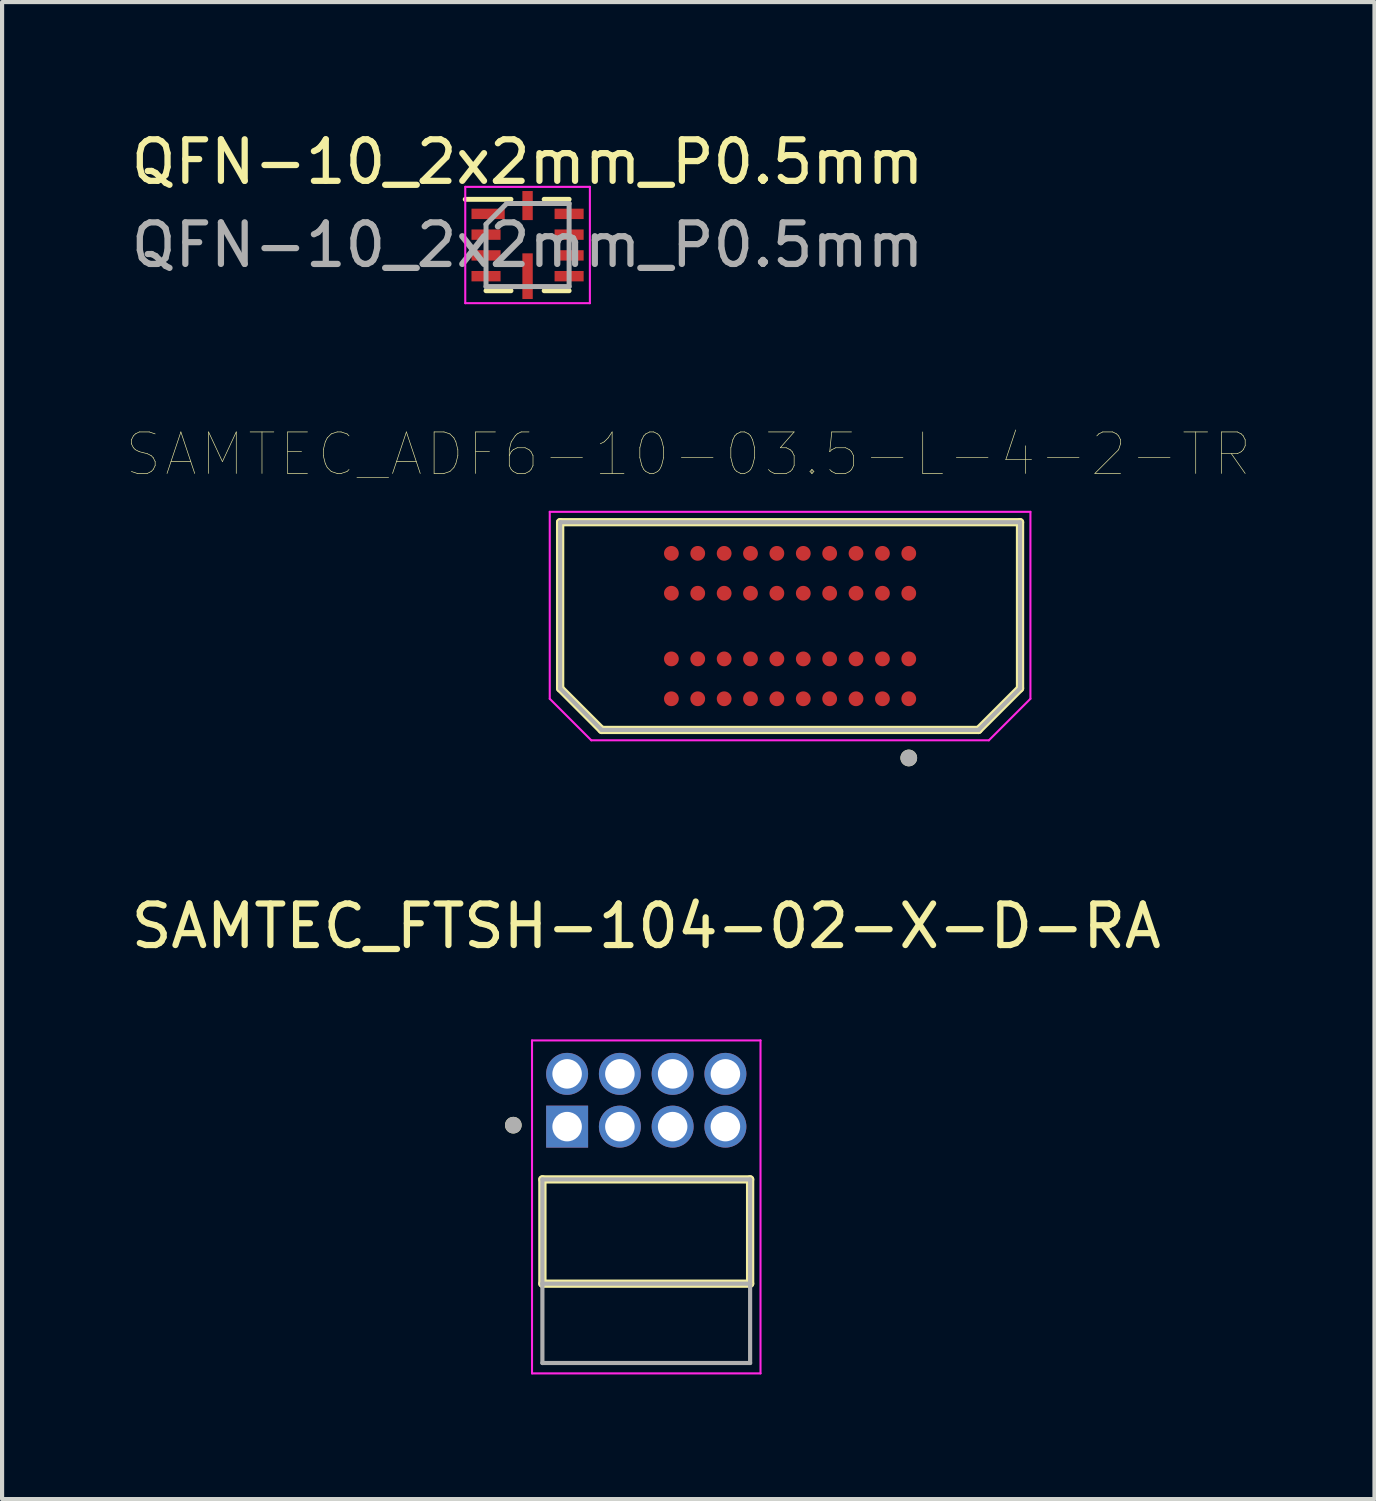
<source format=kicad_pcb>
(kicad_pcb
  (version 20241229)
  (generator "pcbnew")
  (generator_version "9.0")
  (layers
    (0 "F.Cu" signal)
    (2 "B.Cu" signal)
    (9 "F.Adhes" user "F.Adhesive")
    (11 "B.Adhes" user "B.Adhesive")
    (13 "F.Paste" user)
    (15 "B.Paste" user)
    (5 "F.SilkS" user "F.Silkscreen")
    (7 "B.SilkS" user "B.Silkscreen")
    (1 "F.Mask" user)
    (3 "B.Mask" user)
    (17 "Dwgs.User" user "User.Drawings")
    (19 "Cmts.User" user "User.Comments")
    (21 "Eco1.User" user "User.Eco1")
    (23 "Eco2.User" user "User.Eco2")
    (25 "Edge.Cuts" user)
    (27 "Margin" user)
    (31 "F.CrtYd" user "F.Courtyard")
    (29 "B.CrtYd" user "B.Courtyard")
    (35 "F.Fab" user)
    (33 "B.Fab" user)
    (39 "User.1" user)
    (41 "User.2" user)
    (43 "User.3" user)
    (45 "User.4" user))
  (footprint "SAMTEC_FTSH-104-02-X-D-RA"
    (layer "F.Cu")
    (at 12.506 23.434)
    (property "Reference" "SAMTEC_FTSH-104-02-X-D-RA" (at 0 -4.191 0) (layer "F.SilkS") (effects (font (size 1 1) (thickness 0.15))))
    (attr through_hole)
    (fp_line (start -2.5 1.905) (end 2.5 1.905) (stroke (width 0.2) (type solid)) (layer "F.SilkS"))
    (fp_line (start -2.5 4.415) (end -2.5 1.905) (stroke (width 0.2) (type solid)) (layer "F.SilkS"))
    (fp_line (start 2.5 1.905) (end 2.5 4.415) (stroke (width 0.2) (type solid)) (layer "F.SilkS"))
    (fp_line (start 2.5 4.415) (end -2.5 4.415) (stroke (width 0.2) (type solid)) (layer "F.SilkS"))
    (fp_circle (center -3.2 0.6) (end -3.1 0.6) (stroke (width 0.2) (type solid)) (fill no) (layer "F.SilkS"))
    (fp_line (start -2.75 -1.44) (end 2.75 -1.44) (stroke (width 0.05) (type solid)) (layer "F.CrtYd"))
    (fp_line (start -2.75 6.575) (end -2.75 -1.44) (stroke (width 0.05) (type solid)) (layer "F.CrtYd"))
    (fp_line (start 2.75 -1.44) (end 2.75 6.575) (stroke (width 0.05) (type solid)) (layer "F.CrtYd"))
    (fp_line (start 2.75 6.575) (end -2.75 6.575) (stroke (width 0.05) (type solid)) (layer "F.CrtYd"))
    (fp_line (start -2.5 1.905) (end 2.5 1.905) (stroke (width 0.1) (type solid)) (layer "F.Fab"))
    (fp_line (start -2.5 4.415) (end -2.5 1.905) (stroke (width 0.1) (type solid)) (layer "F.Fab"))
    (fp_line (start -2.5 6.325) (end -2.5 4.415) (stroke (width 0.1) (type solid)) (layer "F.Fab"))
    (fp_line (start 2.5 1.905) (end 2.5 4.415) (stroke (width 0.1) (type solid)) (layer "F.Fab"))
    (fp_line (start 2.5 4.415) (end -2.5 4.415) (stroke (width 0.1) (type solid)) (layer "F.Fab"))
    (fp_line (start 2.5 4.415) (end 2.5 6.325) (stroke (width 0.1) (type solid)) (layer "F.Fab"))
    (fp_line (start 2.5 6.325) (end -2.5 6.325) (stroke (width 0.1) (type solid)) (layer "F.Fab"))
    (fp_circle (center -3.2 0.6) (end -3.1 0.6) (stroke (width 0.2) (type solid)) (fill no) (layer "F.Fab"))
    (pad "1" thru_hole rect (at -1.905 0.635) (size 1.01 1.01) (drill 0.71) (layers "*.Cu" "*.Mask"))
    (pad "2" thru_hole circle (at -1.905 -0.635) (size 1.01 1.01) (drill 0.71) (layers "*.Cu" "*.Mask"))
    (pad "3" thru_hole circle (at -0.635 0.635) (size 1.01 1.01) (drill 0.71) (layers "*.Cu" "*.Mask"))
    (pad "4" thru_hole circle (at -0.635 -0.635) (size 1.01 1.01) (drill 0.71) (layers "*.Cu" "*.Mask"))
    (pad "5" thru_hole circle (at 0.635 0.635) (size 1.01 1.01) (drill 0.71) (layers "*.Cu" "*.Mask"))
    (pad "6" thru_hole circle (at 0.635 -0.635) (size 1.01 1.01) (drill 0.71) (layers "*.Cu" "*.Mask"))
    (pad "7" thru_hole circle (at 1.905 0.635) (size 1.01 1.01) (drill 0.71) (layers "*.Cu" "*.Mask"))
    (pad "8" thru_hole circle (at 1.905 -0.635) (size 1.01 1.01) (drill 0.71) (layers "*.Cu" "*.Mask")))
  (footprint "SAMTEC_ADF6-10-03.5-L-4-2-TR"
    (layer "F.Cu")
    (at 15.968 12.02)
    (property "Reference" "SAMTEC_ADF6-10-03.5-L-4-2-TR" (at -2.45 -4.135 0) (layer "F.SilkS") (effects (font (size 1 1) (thickness 0.015))))
    (attr through_hole)
    (fp_line (start -5.535 -2.5) (end 5.535 -2.5) (stroke (width 0.2) (type solid)) (layer "F.SilkS"))
    (fp_line (start -5.535 1.5) (end -5.535 -2.5) (stroke (width 0.2) (type solid)) (layer "F.SilkS"))
    (fp_line (start -4.535 2.5) (end -5.535 1.5) (stroke (width 0.2) (type solid)) (layer "F.SilkS"))
    (fp_line (start 4.535 2.5) (end -4.535 2.5) (stroke (width 0.2) (type solid)) (layer "F.SilkS"))
    (fp_line (start 5.535 -2.5) (end 5.535 1.5) (stroke (width 0.2) (type solid)) (layer "F.SilkS"))
    (fp_line (start 5.535 1.5) (end 4.535 2.5) (stroke (width 0.2) (type solid)) (layer "F.SilkS"))
    (fp_circle (center 2.857 3.175) (end 2.958 3.175) (stroke (width 0.2) (type solid)) (fill no) (layer "F.SilkS"))
    (fp_line (start -5.785 -2.75) (end 5.785 -2.75) (stroke (width 0.05) (type solid)) (layer "F.CrtYd"))
    (fp_line (start -5.785 1.75) (end -5.785 -2.75) (stroke (width 0.05) (type solid)) (layer "F.CrtYd"))
    (fp_line (start -4.785 2.75) (end -5.785 1.75) (stroke (width 0.05) (type solid)) (layer "F.CrtYd"))
    (fp_line (start 4.785 2.75) (end -4.785 2.75) (stroke (width 0.05) (type solid)) (layer "F.CrtYd"))
    (fp_line (start 5.785 -2.75) (end 5.785 1.75) (stroke (width 0.05) (type solid)) (layer "F.CrtYd"))
    (fp_line (start 5.785 1.75) (end 4.785 2.75) (stroke (width 0.05) (type solid)) (layer "F.CrtYd"))
    (fp_line (start -5.535 -2.5) (end 5.535 -2.5) (stroke (width 0.1) (type solid)) (layer "F.Fab"))
    (fp_line (start -5.535 1.5) (end -5.535 -2.5) (stroke (width 0.1) (type solid)) (layer "F.Fab"))
    (fp_line (start -4.535 2.5) (end -5.535 1.5) (stroke (width 0.1) (type solid)) (layer "F.Fab"))
    (fp_line (start 4.535 2.5) (end -4.535 2.5) (stroke (width 0.1) (type solid)) (layer "F.Fab"))
    (fp_line (start 5.535 -2.5) (end 5.535 1.5) (stroke (width 0.1) (type solid)) (layer "F.Fab"))
    (fp_line (start 5.535 1.5) (end 4.535 2.5) (stroke (width 0.1) (type solid)) (layer "F.Fab"))
    (fp_circle (center 2.857 3.175) (end 2.958 3.175) (stroke (width 0.2) (type solid)) (fill no) (layer "F.Fab"))
    (pad "A01" smd circle (at 2.857 1.75) (size 0.356 0.356) (layers "F.Cu" "F.Mask" "F.Paste"))
    (pad "A02" smd circle (at 2.223 1.75) (size 0.356 0.356) (layers "F.Cu" "F.Mask" "F.Paste"))
    (pad "A03" smd circle (at 1.587 1.75) (size 0.356 0.356) (layers "F.Cu" "F.Mask" "F.Paste"))
    (pad "A04" smd circle (at 0.953 1.75) (size 0.356 0.356) (layers "F.Cu" "F.Mask" "F.Paste"))
    (pad "A05" smd circle (at 0.318 1.75) (size 0.356 0.356) (layers "F.Cu" "F.Mask" "F.Paste"))
    (pad "A06" smd circle (at -0.318 1.75) (size 0.356 0.356) (layers "F.Cu" "F.Mask" "F.Paste"))
    (pad "A07" smd circle (at -0.953 1.75) (size 0.356 0.356) (layers "F.Cu" "F.Mask" "F.Paste"))
    (pad "A08" smd circle (at -1.587 1.75) (size 0.356 0.356) (layers "F.Cu" "F.Mask" "F.Paste"))
    (pad "A09" smd circle (at -2.223 1.75) (size 0.356 0.356) (layers "F.Cu" "F.Mask" "F.Paste"))
    (pad "A10" smd circle (at -2.857 1.75) (size 0.356 0.356) (layers "F.Cu" "F.Mask" "F.Paste"))
    (pad "B01" smd circle (at 2.857 0.79) (size 0.356 0.356) (layers "F.Cu" "F.Mask" "F.Paste"))
    (pad "B02" smd circle (at 2.223 0.79) (size 0.356 0.356) (layers "F.Cu" "F.Mask" "F.Paste"))
    (pad "B03" smd circle (at 1.587 0.79) (size 0.356 0.356) (layers "F.Cu" "F.Mask" "F.Paste"))
    (pad "B04" smd circle (at 0.953 0.79) (size 0.356 0.356) (layers "F.Cu" "F.Mask" "F.Paste"))
    (pad "B05" smd circle (at 0.318 0.79) (size 0.356 0.356) (layers "F.Cu" "F.Mask" "F.Paste"))
    (pad "B06" smd circle (at -0.318 0.79) (size 0.356 0.356) (layers "F.Cu" "F.Mask" "F.Paste"))
    (pad "B07" smd circle (at -0.953 0.79) (size 0.356 0.356) (layers "F.Cu" "F.Mask" "F.Paste"))
    (pad "B08" smd circle (at -1.587 0.79) (size 0.356 0.356) (layers "F.Cu" "F.Mask" "F.Paste"))
    (pad "B09" smd circle (at -2.223 0.79) (size 0.356 0.356) (layers "F.Cu" "F.Mask" "F.Paste"))
    (pad "B10" smd circle (at -2.857 0.79) (size 0.356 0.356) (layers "F.Cu" "F.Mask" "F.Paste"))
    (pad "C01" smd circle (at 2.857 -0.79) (size 0.356 0.356) (layers "F.Cu" "F.Mask" "F.Paste"))
    (pad "C02" smd circle (at 2.223 -0.79) (size 0.356 0.356) (layers "F.Cu" "F.Mask" "F.Paste"))
    (pad "C03" smd circle (at 1.587 -0.79) (size 0.356 0.356) (layers "F.Cu" "F.Mask" "F.Paste"))
    (pad "C04" smd circle (at 0.953 -0.79) (size 0.356 0.356) (layers "F.Cu" "F.Mask" "F.Paste"))
    (pad "C05" smd circle (at 0.318 -0.79) (size 0.356 0.356) (layers "F.Cu" "F.Mask" "F.Paste"))
    (pad "C06" smd circle (at -0.318 -0.79) (size 0.356 0.356) (layers "F.Cu" "F.Mask" "F.Paste"))
    (pad "C07" smd circle (at -0.953 -0.79) (size 0.356 0.356) (layers "F.Cu" "F.Mask" "F.Paste"))
    (pad "C08" smd circle (at -1.587 -0.79) (size 0.356 0.356) (layers "F.Cu" "F.Mask" "F.Paste"))
    (pad "C09" smd circle (at -2.223 -0.79) (size 0.356 0.356) (layers "F.Cu" "F.Mask" "F.Paste"))
    (pad "C10" smd circle (at -2.857 -0.79) (size 0.356 0.356) (layers "F.Cu" "F.Mask" "F.Paste"))
    (pad "D01" smd circle (at 2.857 -1.75) (size 0.356 0.356) (layers "F.Cu" "F.Mask" "F.Paste"))
    (pad "D02" smd circle (at 2.223 -1.75) (size 0.356 0.356) (layers "F.Cu" "F.Mask" "F.Paste"))
    (pad "D03" smd circle (at 1.587 -1.75) (size 0.356 0.356) (layers "F.Cu" "F.Mask" "F.Paste"))
    (pad "D04" smd circle (at 0.953 -1.75) (size 0.356 0.356) (layers "F.Cu" "F.Mask" "F.Paste"))
    (pad "D05" smd circle (at 0.318 -1.75) (size 0.356 0.356) (layers "F.Cu" "F.Mask" "F.Paste"))
    (pad "D06" smd circle (at -0.318 -1.75) (size 0.356 0.356) (layers "F.Cu" "F.Mask" "F.Paste"))
    (pad "D07" smd circle (at -0.953 -1.75) (size 0.356 0.356) (layers "F.Cu" "F.Mask" "F.Paste"))
    (pad "D08" smd circle (at -1.587 -1.75) (size 0.356 0.356) (layers "F.Cu" "F.Mask" "F.Paste"))
    (pad "D09" smd circle (at -2.223 -1.75) (size 0.356 0.356) (layers "F.Cu" "F.Mask" "F.Paste"))
    (pad "D10" smd circle (at -2.857 -1.75) (size 0.356 0.356) (layers "F.Cu" "F.Mask" "F.Paste")))
  (footprint "QFN-10_2x2mm_P0.5mm"
    (layer "F.Cu")
    (at 9.649 2.848)
    (property "Reference" "QFN-10_2x2mm_P0.5mm" (at 0 -2 0) (layer "F.SilkS") (effects (font (size 1 1) (thickness 0.15))))
    (attr smd)
    (fp_line (start -0.775 -0.25) (end -0.775 0.75) (stroke (width 0.35) (type solid)) (layer "F.Mask"))
    (fp_line (start 0.775 -0.25) (end 0.775 0.75) (stroke (width 0.35) (type solid)) (layer "F.Mask"))
    (fp_line (start -0.4 -1.1) (end -1.5 -1.1) (stroke (width 0.12) (type solid)) (layer "F.SilkS"))
    (fp_line (start -0.4 1.1) (end -1 1.1) (stroke (width 0.12) (type solid)) (layer "F.SilkS"))
    (fp_line (start 1 -1.1) (end 0.4 -1.1) (stroke (width 0.12) (type solid)) (layer "F.SilkS"))
    (fp_line (start 1 1.1) (end 0.4 1.1) (stroke (width 0.12) (type solid)) (layer "F.SilkS"))
    (fp_line (start -0.775 -0.25) (end -0.775 0.75) (stroke (width 0.25) (type solid)) (layer "F.Paste"))
    (fp_line (start 0.775 -0.25) (end 0.775 0.75) (stroke (width 0.25) (type solid)) (layer "F.Paste"))
    (fp_line (start -1.5 -1.4) (end 1.5 -1.4) (stroke (width 0.05) (type solid)) (layer "F.CrtYd"))
    (fp_line (start -1.5 1.4) (end -1.5 -1.4) (stroke (width 0.05) (type solid)) (layer "F.CrtYd"))
    (fp_line (start 1.5 -1.4) (end 1.5 1.4) (stroke (width 0.05) (type solid)) (layer "F.CrtYd"))
    (fp_line (start 1.5 1.4) (end -1.5 1.4) (stroke (width 0.05) (type solid)) (layer "F.CrtYd"))
    (fp_line (start -1 -0.5) (end -0.5 -1) (stroke (width 0.12) (type solid)) (layer "F.Fab"))
    (fp_line (start -1 1) (end -1 -0.5) (stroke (width 0.12) (type solid)) (layer "F.Fab"))
    (fp_line (start -0.5 -1) (end 1 -1) (stroke (width 0.12) (type solid)) (layer "F.Fab"))
    (fp_line (start 1 -1) (end 1 1) (stroke (width 0.12) (type solid)) (layer "F.Fab"))
    (fp_line (start 1 1) (end -1 1) (stroke (width 0.12) (type solid)) (layer "F.Fab"))
    (fp_text user "${REFERENCE}" (at 0 0 0) (layer "F.Fab") (effects (font (size 1 1) (thickness 0.15))))
    (pad "1" smd rect (at -0.95 -0.75) (size 0.8 0.25) (layers "F.Cu" "F.Mask" "F.Paste"))
    (pad "2" smd rect (at -1 -0.25) (size 0.7 0.25) (layers "F.Cu" "F.Mask" "F.Paste"))
    (pad "3" smd rect (at -1 0.25) (size 0.7 0.25) (layers "F.Cu" "F.Mask" "F.Paste"))
    (pad "4" smd rect (at -1 0.75) (size 0.7 0.25) (layers "F.Cu" "F.Mask" "F.Paste"))
    (pad "5" smd rect (at 0 0.75) (size 0.25 1.1) (layers "F.Cu" "F.Mask" "F.Paste"))
    (pad "6" smd rect (at 1 0.75) (size 0.7 0.25) (layers "F.Cu" "F.Mask" "F.Paste"))
    (pad "7" smd rect (at 1 0.25) (size 0.7 0.25) (layers "F.Cu" "F.Mask" "F.Paste"))
    (pad "8" smd rect (at 1 -0.25) (size 0.7 0.25) (layers "F.Cu" "F.Mask" "F.Paste"))
    (pad "9" smd rect (at 1 -0.75) (size 0.7 0.25) (layers "F.Cu" "F.Mask" "F.Paste"))
    (pad "10" smd rect (at 0 -0.95) (size 0.25 0.7) (layers "F.Cu" "F.Mask" "F.Paste")))
  (gr_rect
    (start -3 -3)
    (end 30.035 33.034)
    (stroke (width 0.1) (type default))
    (fill no)
    (layer "Edge.Cuts")))
</source>
